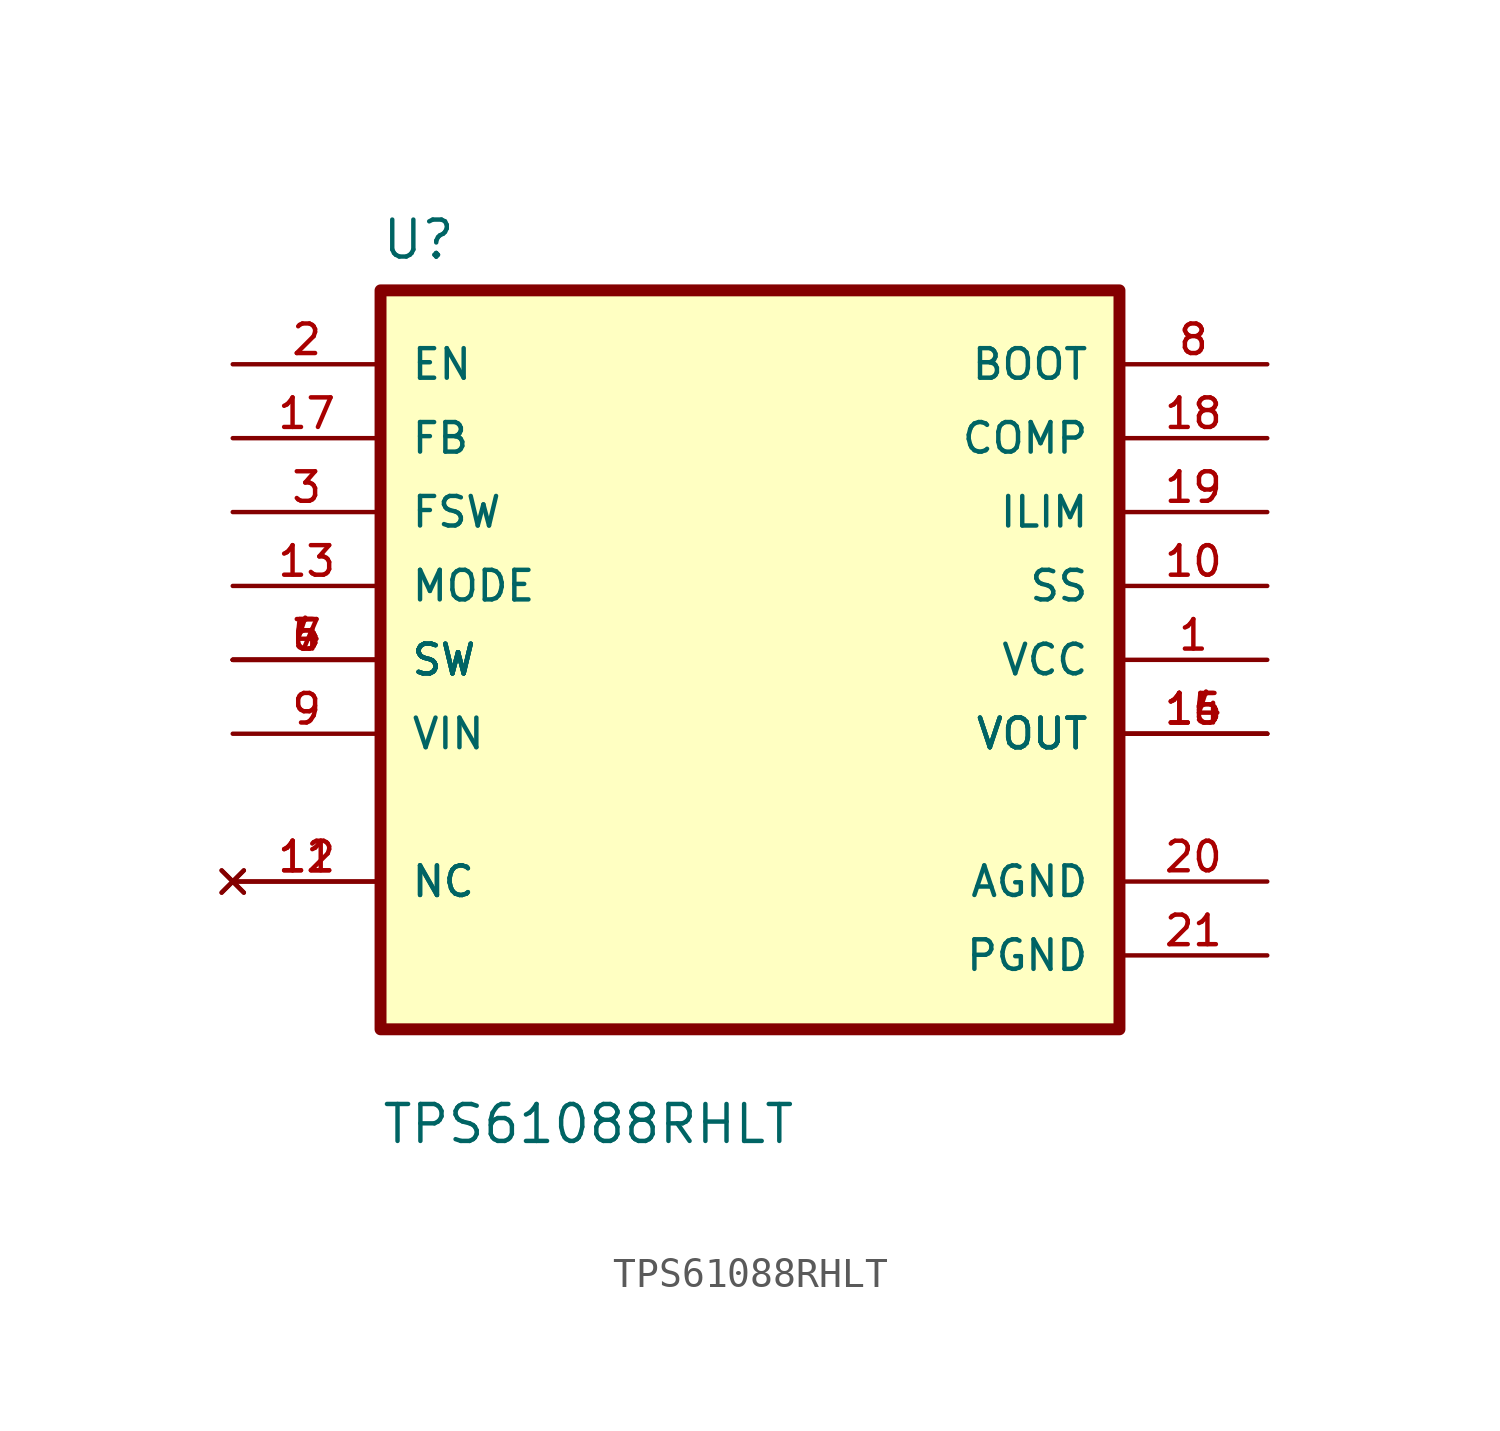
<source format=kicad_sym>
(kicad_symbol_lib
  (version 20211014)
  (generator kicad_symbol_editor)
  (symbol "TPS61088RHLT"
    (pin_names
      (offset 1.016))
    (property "Reference" "U"
      (at -12.7 13.7 0.0)
      (effects (font (size 1.27 1.27)) (justify bottom left)))
    (property "Value" "TPS61088RHLT"
      (at -12.7 -16.7 0.0)
      (effects (font (size 1.27 1.27)) (justify bottom left)))
    (symbol "TPS61088RHLT_0_0"
      (rectangle (start -12.7 -12.7) (end 12.7 12.7) (stroke (width 0.41)) (fill (type background)))
      (pin input line (at -17.78 10.16 0) (length 5.08) (name "EN" (effects (font (size 1.016 1.016)))) (number "2" (effects (font (size 1.016 1.016)))))
      (pin input line (at -17.78 7.62 0) (length 5.08) (name "FB" (effects (font (size 1.016 1.016)))) (number "17" (effects (font (size 1.016 1.016)))))
      (pin input line (at -17.78 5.08 0) (length 5.08) (name "FSW" (effects (font (size 1.016 1.016)))) (number "3" (effects (font (size 1.016 1.016)))))
      (pin input line (at -17.78 2.54 0) (length 5.08) (name "MODE" (effects (font (size 1.016 1.016)))) (number "13" (effects (font (size 1.016 1.016)))))
      (pin input line (at -17.78 0.0 0) (length 5.08) (name "SW" (effects (font (size 1.016 1.016)))) (number "4" (effects (font (size 1.016 1.016)))))
      (pin input line (at -17.78 0.0 0) (length 5.08) (name "SW" (effects (font (size 1.016 1.016)))) (number "5" (effects (font (size 1.016 1.016)))))
      (pin input line (at -17.78 0.0 0) (length 5.08) (name "SW" (effects (font (size 1.016 1.016)))) (number "6" (effects (font (size 1.016 1.016)))))
      (pin input line (at -17.78 0.0 0) (length 5.08) (name "SW" (effects (font (size 1.016 1.016)))) (number "7" (effects (font (size 1.016 1.016)))))
      (pin input line (at -17.78 -2.54 0) (length 5.08) (name "VIN" (effects (font (size 1.016 1.016)))) (number "9" (effects (font (size 1.016 1.016)))))
      (pin output line (at 17.78 10.16 180.0) (length 5.08) (name "BOOT" (effects (font (size 1.016 1.016)))) (number "8" (effects (font (size 1.016 1.016)))))
      (pin output line (at 17.78 7.62 180.0) (length 5.08) (name "COMP" (effects (font (size 1.016 1.016)))) (number "18" (effects (font (size 1.016 1.016)))))
      (pin output line (at 17.78 5.08 180.0) (length 5.08) (name "ILIM" (effects (font (size 1.016 1.016)))) (number "19" (effects (font (size 1.016 1.016)))))
      (pin output line (at 17.78 2.54 180.0) (length 5.08) (name "SS" (effects (font (size 1.016 1.016)))) (number "10" (effects (font (size 1.016 1.016)))))
      (pin output line (at 17.78 0.0 180.0) (length 5.08) (name "VCC" (effects (font (size 1.016 1.016)))) (number "1" (effects (font (size 1.016 1.016)))))
      (pin output line (at 17.78 -2.54 180.0) (length 5.08) (name "VOUT" (effects (font (size 1.016 1.016)))) (number "14" (effects (font (size 1.016 1.016)))))
      (pin output line (at 17.78 -2.54 180.0) (length 5.08) (name "VOUT" (effects (font (size 1.016 1.016)))) (number "15" (effects (font (size 1.016 1.016)))))
      (pin output line (at 17.78 -2.54 180.0) (length 5.08) (name "VOUT" (effects (font (size 1.016 1.016)))) (number "16" (effects (font (size 1.016 1.016)))))
      (pin power_in line (at 17.78 -7.62 180.0) (length 5.08) (name "AGND" (effects (font (size 1.016 1.016)))) (number "20" (effects (font (size 1.016 1.016)))))
      (pin power_in line (at 17.78 -10.16 180.0) (length 5.08) (name "PGND" (effects (font (size 1.016 1.016)))) (number "21" (effects (font (size 1.016 1.016)))))
      (pin no_connect line (at -17.78 -7.62 0) (length 5.08) (name "NC" (effects (font (size 1.016 1.016)))) (number "11" (effects (font (size 1.016 1.016)))))
      (pin no_connect line (at -17.78 -7.62 0) (length 5.08) (name "NC" (effects (font (size 1.016 1.016)))) (number "12" (effects (font (size 1.016 1.016))))))))
</source>
